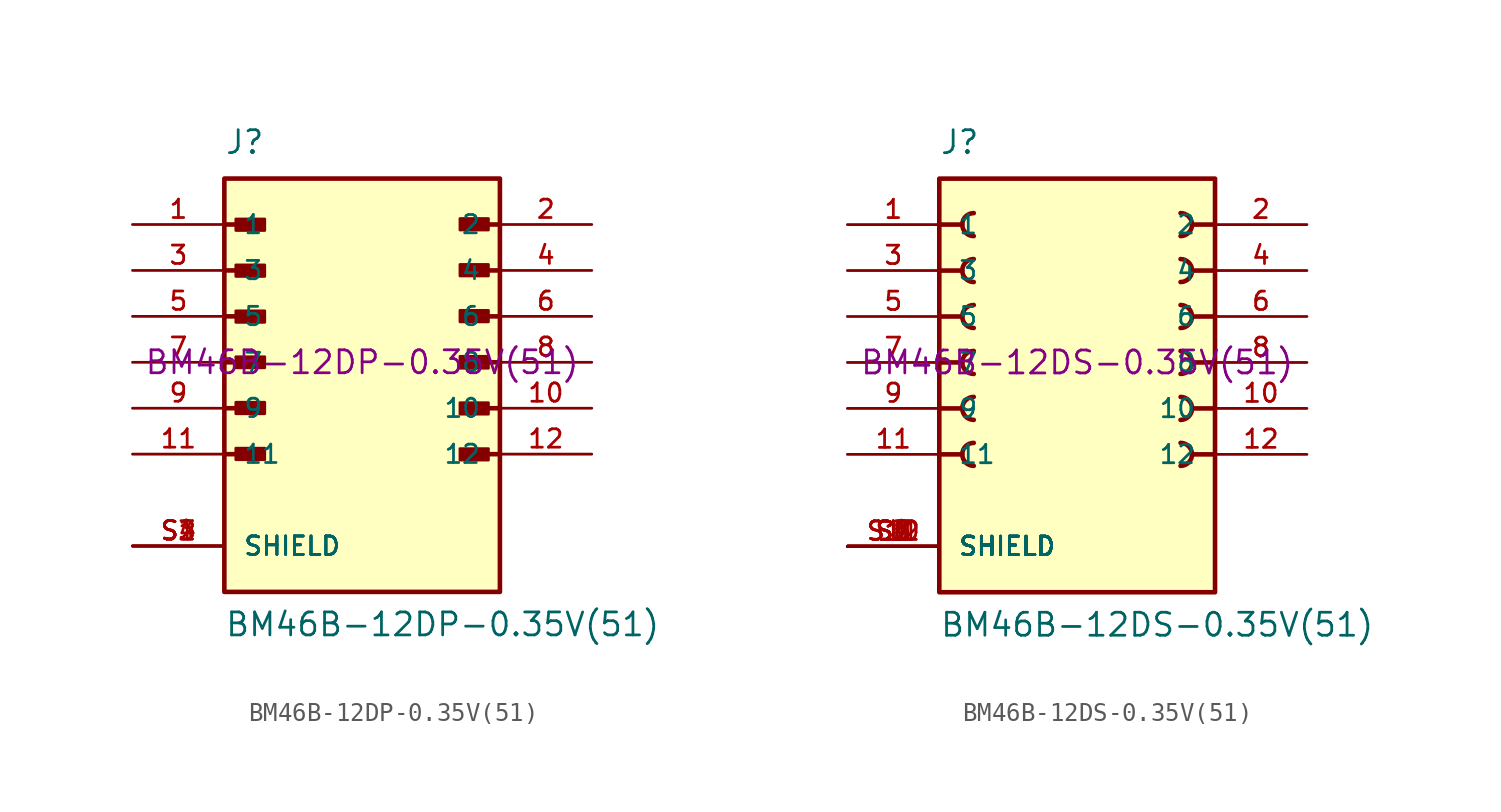
<source format=kicad_sym>
(kicad_symbol_lib
  (version 20211014)
  (generator kicad_symbol_editor)
  (symbol "BM46B-12DP-0.35V(51)"
    (pin_names
      (offset 1.016))
    (property "Reference" "J"
      (at -7.62 11.43 0)
      (effects (font (size 1.27 1.27)) (justify left bottom)))
    (property "Value" "BM46B-12DP-0.35V(51)"
      (at -7.62 -15.24 0)
      (effects (font (size 1.27 1.27)) (justify left bottom)))
    (property "MPN" "BM46B-12DP-0.35V(51)"
      (at 0 0 0)
      (effects (font (size 1.27 1.27))))
    (symbol "BM46B-12DP-0.35V(51)_0_0"
      (rectangle (start -7.62 -12.7) (end 7.62 10.16) (stroke (width 0.254) (type default) (color 0 0 0 0)) (fill (type background)))
      (rectangle (start -6.985 -5.385) (end -5.385 -4.75) (stroke (width 0) (type default) (color 0 0 0 0)) (fill (type outline)))
      (rectangle (start -6.985 -2.845) (end -5.385 -2.21) (stroke (width 0) (type default) (color 0 0 0 0)) (fill (type outline)))
      (rectangle (start -6.985 -0.305) (end -5.385 0.305) (stroke (width 0) (type default) (color 0 0 0 0)) (fill (type outline)))
      (rectangle (start -6.985 2.21) (end -5.385 2.845) (stroke (width 0) (type default) (color 0 0 0 0)) (fill (type outline)))
      (rectangle (start -6.985 4.75) (end -5.385 5.385) (stroke (width 0) (type default) (color 0 0 0 0)) (fill (type outline)))
      (rectangle (start -6.985 7.29) (end -5.385 7.925) (stroke (width 0) (type default) (color 0 0 0 0)) (fill (type outline)))
      (polyline (pts (xy -7.62 -5.08) (xy -5.715 -5.08)) (stroke (width 0.254) (type default) (color 0 0 0 0)) (fill (type none)))
      (polyline (pts (xy -7.62 -2.54) (xy -5.715 -2.54)) (stroke (width 0.254) (type default) (color 0 0 0 0)) (fill (type none)))
      (polyline (pts (xy -7.62 0) (xy -5.715 0)) (stroke (width 0.254) (type default) (color 0 0 0 0)) (fill (type none)))
      (polyline (pts (xy -7.62 2.54) (xy -5.715 2.54)) (stroke (width 0.254) (type default) (color 0 0 0 0)) (fill (type none)))
      (polyline (pts (xy -7.62 5.08) (xy -5.715 5.08)) (stroke (width 0.254) (type default) (color 0 0 0 0)) (fill (type none)))
      (polyline (pts (xy -7.62 7.62) (xy -5.715 7.62)) (stroke (width 0.254) (type default) (color 0 0 0 0)) (fill (type none)))
      (polyline (pts (xy 7.62 -5.08) (xy 5.715 -5.08)) (stroke (width 0.254) (type default) (color 0 0 0 0)) (fill (type none)))
      (polyline (pts (xy 7.62 -2.54) (xy 5.715 -2.54)) (stroke (width 0.254) (type default) (color 0 0 0 0)) (fill (type none)))
      (polyline (pts (xy 7.62 0) (xy 5.715 0)) (stroke (width 0.254) (type default) (color 0 0 0 0)) (fill (type none)))
      (polyline (pts (xy 7.62 2.54) (xy 5.715 2.54)) (stroke (width 0.254) (type default) (color 0 0 0 0)) (fill (type none)))
      (polyline (pts (xy 7.62 5.08) (xy 5.715 5.08)) (stroke (width 0.254) (type default) (color 0 0 0 0)) (fill (type none)))
      (polyline (pts (xy 7.62 7.62) (xy 5.715 7.62)) (stroke (width 0.254) (type default) (color 0 0 0 0)) (fill (type none)))
      (polyline (pts (xy 5.41 -4.775) (xy 6.985 -4.775) (xy 6.985 -5.41) (xy 5.41 -5.41) (xy 5.41 -4.775)) (stroke (width 0) (type default) (color 0 0 0 0)) (fill (type outline)))
      (polyline (pts (xy 5.41 -2.235) (xy 6.985 -2.235) (xy 6.985 -2.87) (xy 5.41 -2.87) (xy 5.41 -2.235)) (stroke (width 0) (type default) (color 0 0 0 0)) (fill (type outline)))
      (polyline (pts (xy 5.41 0.33) (xy 6.985 0.33) (xy 6.985 -0.33) (xy 5.41 -0.33) (xy 5.41 0.33)) (stroke (width 0) (type default) (color 0 0 0 0)) (fill (type outline)))
      (polyline (pts (xy 5.41 2.87) (xy 6.985 2.87) (xy 6.985 2.235) (xy 5.41 2.235) (xy 5.41 2.87)) (stroke (width 0) (type default) (color 0 0 0 0)) (fill (type outline)))
      (polyline (pts (xy 5.41 5.41) (xy 6.985 5.41) (xy 6.985 4.775) (xy 5.41 4.775) (xy 5.41 5.41)) (stroke (width 0) (type default) (color 0 0 0 0)) (fill (type outline)))
      (polyline (pts (xy 5.41 7.95) (xy 6.985 7.95) (xy 6.985 7.315) (xy 5.41 7.315) (xy 5.41 7.95)) (stroke (width 0) (type default) (color 0 0 0 0)) (fill (type outline)))
      (pin passive line (at -12.7 7.62 0) (length 5.08) (name "1" (effects (font (size 1.016 1.016)))) (number "1" (effects (font (size 1.016 1.016)))))
      (pin passive line (at 12.7 -2.54 180) (length 5.08) (name "10" (effects (font (size 1.016 1.016)))) (number "10" (effects (font (size 1.016 1.016)))))
      (pin passive line (at -12.7 -5.08 0) (length 5.08) (name "11" (effects (font (size 1.016 1.016)))) (number "11" (effects (font (size 1.016 1.016)))))
      (pin passive line (at 12.7 -5.08 180) (length 5.08) (name "12" (effects (font (size 1.016 1.016)))) (number "12" (effects (font (size 1.016 1.016)))))
      (pin passive line (at 12.7 7.62 180) (length 5.08) (name "2" (effects (font (size 1.016 1.016)))) (number "2" (effects (font (size 1.016 1.016)))))
      (pin passive line (at -12.7 5.08 0) (length 5.08) (name "3" (effects (font (size 1.016 1.016)))) (number "3" (effects (font (size 1.016 1.016)))))
      (pin passive line (at 12.7 5.08 180) (length 5.08) (name "4" (effects (font (size 1.016 1.016)))) (number "4" (effects (font (size 1.016 1.016)))))
      (pin passive line (at -12.7 2.54 0) (length 5.08) (name "5" (effects (font (size 1.016 1.016)))) (number "5" (effects (font (size 1.016 1.016)))))
      (pin passive line (at 12.7 2.54 180) (length 5.08) (name "6" (effects (font (size 1.016 1.016)))) (number "6" (effects (font (size 1.016 1.016)))))
      (pin passive line (at -12.7 0 0) (length 5.08) (name "7" (effects (font (size 1.016 1.016)))) (number "7" (effects (font (size 1.016 1.016)))))
      (pin passive line (at 12.7 0 180) (length 5.08) (name "8" (effects (font (size 1.016 1.016)))) (number "8" (effects (font (size 1.016 1.016)))))
      (pin passive line (at -12.7 -2.54 0) (length 5.08) (name "9" (effects (font (size 1.016 1.016)))) (number "9" (effects (font (size 1.016 1.016)))))
      (pin passive line (at -12.7 -10.16 0) (length 5.08) (name "SHIELD" (effects (font (size 1.016 1.016)))) (number "S1" (effects (font (size 1.016 1.016)))))
      (pin passive line (at -12.7 -10.16 0) (length 5.08) (name "SHIELD" (effects (font (size 1.016 1.016)))) (number "S2" (effects (font (size 1.016 1.016)))))
      (pin passive line (at -12.7 -10.16 0) (length 5.08) (name "SHIELD" (effects (font (size 1.016 1.016)))) (number "S3" (effects (font (size 1.016 1.016)))))
      (pin passive line (at -12.7 -10.16 0) (length 5.08) (name "SHIELD" (effects (font (size 1.016 1.016)))) (number "S4" (effects (font (size 1.016 1.016)))))))
  (symbol "BM46B-12DS-0.35V(51)"
    (pin_names
      (offset 1.016))
    (property "Reference" "J"
      (at -7.62 11.43 0)
      (effects (font (size 1.27 1.27)) (justify left bottom)))
    (property "Value" "BM46B-12DS-0.35V(51)"
      (at -7.62 -15.24 0)
      (effects (font (size 1.27 1.27)) (justify left bottom)))
    (property "MPN" "BM46B-12DS-0.35V(51)"
      (at 0 0 0)
      (effects (font (size 1.27 1.27))))
    (symbol "BM46B-12DS-0.35V(51)_0_0"
      (rectangle (start -7.62 -12.7) (end 7.62 10.16) (stroke (width 0.254) (type default) (color 0 0 0 0)) (fill (type background)))
      (arc (start -5.715 -4.445) (mid -6.35 -5.08) (end -5.715 -5.715) (stroke (width 0.254) (type default) (color 0 0 0 0)) (fill (type none)))
      (arc (start -5.715 -1.905) (mid -6.35 -2.54) (end -5.715 -3.175) (stroke (width 0.254) (type default) (color 0 0 0 0)) (fill (type none)))
      (arc (start -5.715 0.635) (mid -6.35 0) (end -5.715 -0.635) (stroke (width 0.254) (type default) (color 0 0 0 0)) (fill (type none)))
      (arc (start -5.715 3.175) (mid -6.35 2.54) (end -5.715 1.905) (stroke (width 0.254) (type default) (color 0 0 0 0)) (fill (type none)))
      (arc (start -5.715 5.715) (mid -6.35 5.08) (end -5.715 4.445) (stroke (width 0.254) (type default) (color 0 0 0 0)) (fill (type none)))
      (arc (start -5.715 8.255) (mid -6.35 7.62) (end -5.715 6.985) (stroke (width 0.254) (type default) (color 0 0 0 0)) (fill (type none)))
      (polyline (pts (xy -7.62 -5.08) (xy -6.35 -5.08)) (stroke (width 0.254) (type default) (color 0 0 0 0)) (fill (type none)))
      (polyline (pts (xy -7.62 -2.54) (xy -6.35 -2.54)) (stroke (width 0.254) (type default) (color 0 0 0 0)) (fill (type none)))
      (polyline (pts (xy -7.62 0) (xy -6.35 0)) (stroke (width 0.254) (type default) (color 0 0 0 0)) (fill (type none)))
      (polyline (pts (xy -7.62 2.54) (xy -6.35 2.54)) (stroke (width 0.254) (type default) (color 0 0 0 0)) (fill (type none)))
      (polyline (pts (xy -7.62 5.08) (xy -6.35 5.08)) (stroke (width 0.254) (type default) (color 0 0 0 0)) (fill (type none)))
      (polyline (pts (xy -7.62 7.62) (xy -6.35 7.62)) (stroke (width 0.254) (type default) (color 0 0 0 0)) (fill (type none)))
      (polyline (pts (xy 7.62 -5.08) (xy 6.35 -5.08)) (stroke (width 0.254) (type default) (color 0 0 0 0)) (fill (type none)))
      (polyline (pts (xy 7.62 -2.54) (xy 6.35 -2.54)) (stroke (width 0.254) (type default) (color 0 0 0 0)) (fill (type none)))
      (polyline (pts (xy 7.62 0) (xy 6.35 0)) (stroke (width 0.254) (type default) (color 0 0 0 0)) (fill (type none)))
      (polyline (pts (xy 7.62 2.54) (xy 6.35 2.54)) (stroke (width 0.254) (type default) (color 0 0 0 0)) (fill (type none)))
      (polyline (pts (xy 7.62 5.08) (xy 6.35 5.08)) (stroke (width 0.254) (type default) (color 0 0 0 0)) (fill (type none)))
      (polyline (pts (xy 7.62 7.62) (xy 6.35 7.62)) (stroke (width 0.254) (type default) (color 0 0 0 0)) (fill (type none)))
      (arc (start 5.715 -5.715) (mid 6.35 -5.08) (end 5.715 -4.445) (stroke (width 0.254) (type default) (color 0 0 0 0)) (fill (type none)))
      (arc (start 5.715 -3.175) (mid 6.35 -2.54) (end 5.715 -1.905) (stroke (width 0.254) (type default) (color 0 0 0 0)) (fill (type none)))
      (arc (start 5.715 -0.635) (mid 6.35 0) (end 5.715 0.635) (stroke (width 0.254) (type default) (color 0 0 0 0)) (fill (type none)))
      (arc (start 5.715 1.905) (mid 6.35 2.54) (end 5.715 3.175) (stroke (width 0.254) (type default) (color 0 0 0 0)) (fill (type none)))
      (arc (start 5.715 4.445) (mid 6.35 5.08) (end 5.715 5.715) (stroke (width 0.254) (type default) (color 0 0 0 0)) (fill (type none)))
      (arc (start 5.715 6.985) (mid 6.35 7.62) (end 5.715 8.255) (stroke (width 0.254) (type default) (color 0 0 0 0)) (fill (type none)))
      (pin passive line (at -12.7 7.62 0) (length 5.08) (name "1" (effects (font (size 1.016 1.016)))) (number "1" (effects (font (size 1.016 1.016)))))
      (pin passive line (at 12.7 -2.54 180) (length 5.08) (name "10" (effects (font (size 1.016 1.016)))) (number "10" (effects (font (size 1.016 1.016)))))
      (pin passive line (at -12.7 -5.08 0) (length 5.08) (name "11" (effects (font (size 1.016 1.016)))) (number "11" (effects (font (size 1.016 1.016)))))
      (pin passive line (at 12.7 -5.08 180) (length 5.08) (name "12" (effects (font (size 1.016 1.016)))) (number "12" (effects (font (size 1.016 1.016)))))
      (pin passive line (at 12.7 7.62 180) (length 5.08) (name "2" (effects (font (size 1.016 1.016)))) (number "2" (effects (font (size 1.016 1.016)))))
      (pin passive line (at -12.7 5.08 0) (length 5.08) (name "3" (effects (font (size 1.016 1.016)))) (number "3" (effects (font (size 1.016 1.016)))))
      (pin passive line (at 12.7 5.08 180) (length 5.08) (name "4" (effects (font (size 1.016 1.016)))) (number "4" (effects (font (size 1.016 1.016)))))
      (pin passive line (at -12.7 2.54 0) (length 5.08) (name "5" (effects (font (size 1.016 1.016)))) (number "5" (effects (font (size 1.016 1.016)))))
      (pin passive line (at 12.7 2.54 180) (length 5.08) (name "6" (effects (font (size 1.016 1.016)))) (number "6" (effects (font (size 1.016 1.016)))))
      (pin passive line (at -12.7 0 0) (length 5.08) (name "7" (effects (font (size 1.016 1.016)))) (number "7" (effects (font (size 1.016 1.016)))))
      (pin passive line (at 12.7 0 180) (length 5.08) (name "8" (effects (font (size 1.016 1.016)))) (number "8" (effects (font (size 1.016 1.016)))))
      (pin passive line (at -12.7 -2.54 0) (length 5.08) (name "9" (effects (font (size 1.016 1.016)))) (number "9" (effects (font (size 1.016 1.016)))))
      (pin passive line (at -12.7 -10.16 0) (length 5.08) (name "SHIELD" (effects (font (size 1.016 1.016)))) (number "S1" (effects (font (size 1.016 1.016)))))
      (pin passive line (at -12.7 -10.16 0) (length 5.08) (name "SHIELD" (effects (font (size 1.016 1.016)))) (number "S10" (effects (font (size 1.016 1.016)))))
      (pin passive line (at -12.7 -10.16 0) (length 5.08) (name "SHIELD" (effects (font (size 1.016 1.016)))) (number "S11" (effects (font (size 1.016 1.016)))))
      (pin passive line (at -12.7 -10.16 0) (length 5.08) (name "SHIELD" (effects (font (size 1.016 1.016)))) (number "S12" (effects (font (size 1.016 1.016)))))
      (pin passive line (at -12.7 -10.16 0) (length 5.08) (name "SHIELD" (effects (font (size 1.016 1.016)))) (number "S2" (effects (font (size 1.016 1.016)))))
      (pin passive line (at -12.7 -10.16 0) (length 5.08) (name "SHIELD" (effects (font (size 1.016 1.016)))) (number "S3" (effects (font (size 1.016 1.016)))))
      (pin passive line (at -12.7 -10.16 0) (length 5.08) (name "SHIELD" (effects (font (size 1.016 1.016)))) (number "S4" (effects (font (size 1.016 1.016)))))
      (pin passive line (at -12.7 -10.16 0) (length 5.08) (name "SHIELD" (effects (font (size 1.016 1.016)))) (number "S5" (effects (font (size 1.016 1.016)))))
      (pin passive line (at -12.7 -10.16 0) (length 5.08) (name "SHIELD" (effects (font (size 1.016 1.016)))) (number "S6" (effects (font (size 1.016 1.016)))))
      (pin passive line (at -12.7 -10.16 0) (length 5.08) (name "SHIELD" (effects (font (size 1.016 1.016)))) (number "S7" (effects (font (size 1.016 1.016)))))
      (pin passive line (at -12.7 -10.16 0) (length 5.08) (name "SHIELD" (effects (font (size 1.016 1.016)))) (number "S8" (effects (font (size 1.016 1.016)))))
      (pin passive line (at -12.7 -10.16 0) (length 5.08) (name "SHIELD" (effects (font (size 1.016 1.016)))) (number "S9" (effects (font (size 1.016 1.016))))))))
</source>
